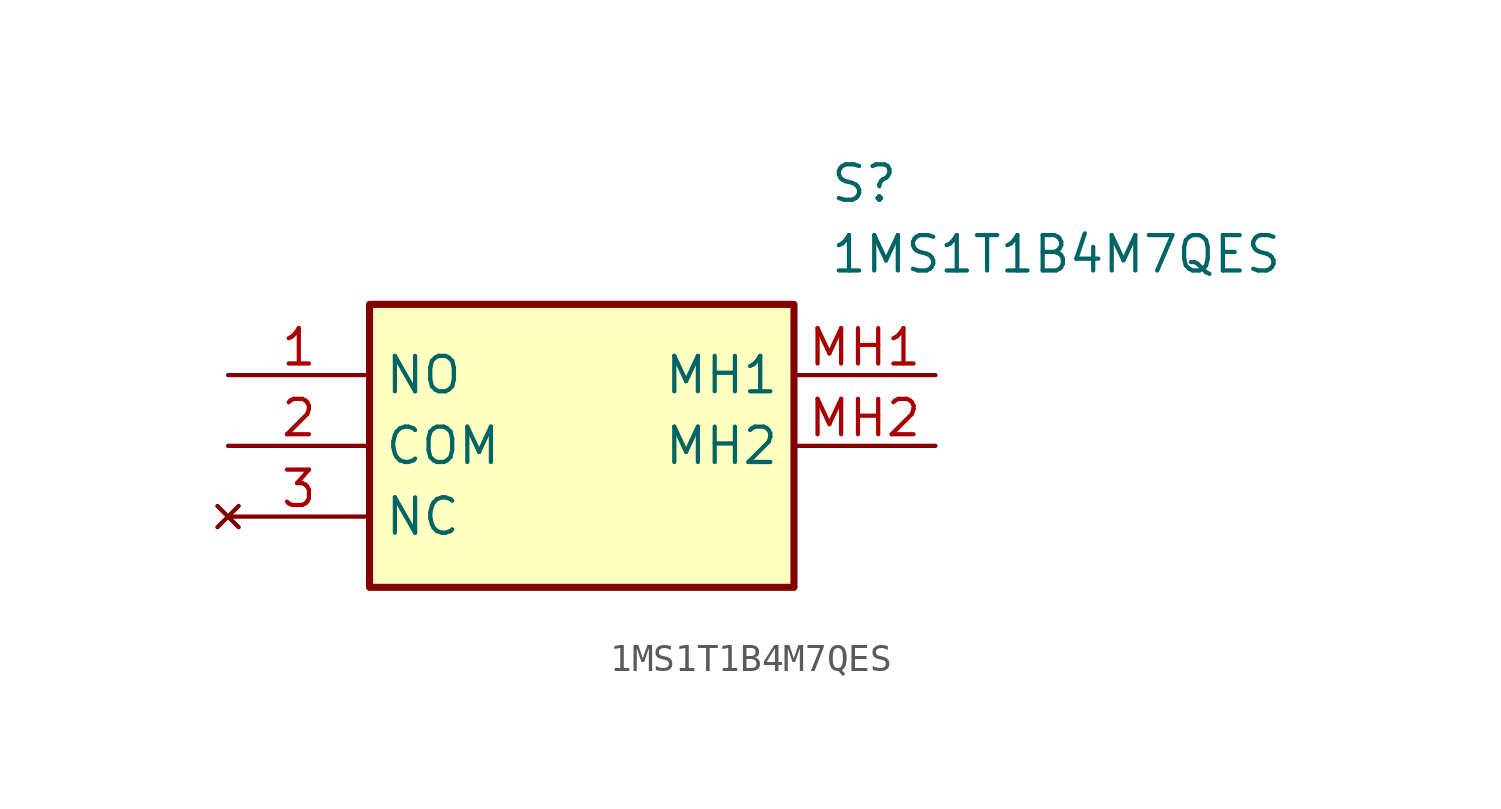
<source format=kicad_sym>
(kicad_symbol_lib
  (version 20211014)
  (generator SamacSys_ECAD_Model)
  (symbol "1MS1T1B4M7QES"
    (property "Reference" "S"
      (at 21.59 7.62 0)
      (effects (font (size 1.27 1.27)) (justify left top)))
    (property "Value" "1MS1T1B4M7QES"
      (at 21.59 5.08 0)
      (effects (font (size 1.27 1.27)) (justify left top)))
    (rectangle
      (start 5.08 2.54)
      (end 20.32 -7.62)
      (stroke (width 0.254) (type default))
      (fill (type background)))
    (pin passive line
      (at 0 0 0)
      (length 5.08)
      (name "NO" (effects (font (size 1.27 1.27))))
      (number "1" (effects (font (size 1.27 1.27)))))
    (pin passive line
      (at 0 -2.54 0)
      (length 5.08)
      (name "COM" (effects (font (size 1.27 1.27))))
      (number "2" (effects (font (size 1.27 1.27)))))
    (pin no_connect line
      (at 0 -5.08 0)
      (length 5.08)
      (name "NC" (effects (font (size 1.27 1.27))))
      (number "3" (effects (font (size 1.27 1.27)))))
    (pin passive line
      (at 25.4 0 180)
      (length 5.08)
      (name "MH1" (effects (font (size 1.27 1.27))))
      (number "MH1" (effects (font (size 1.27 1.27)))))
    (pin passive line
      (at 25.4 -2.54 180)
      (length 5.08)
      (name "MH2" (effects (font (size 1.27 1.27))))
      (number "MH2" (effects (font (size 1.27 1.27)))))))
</source>
